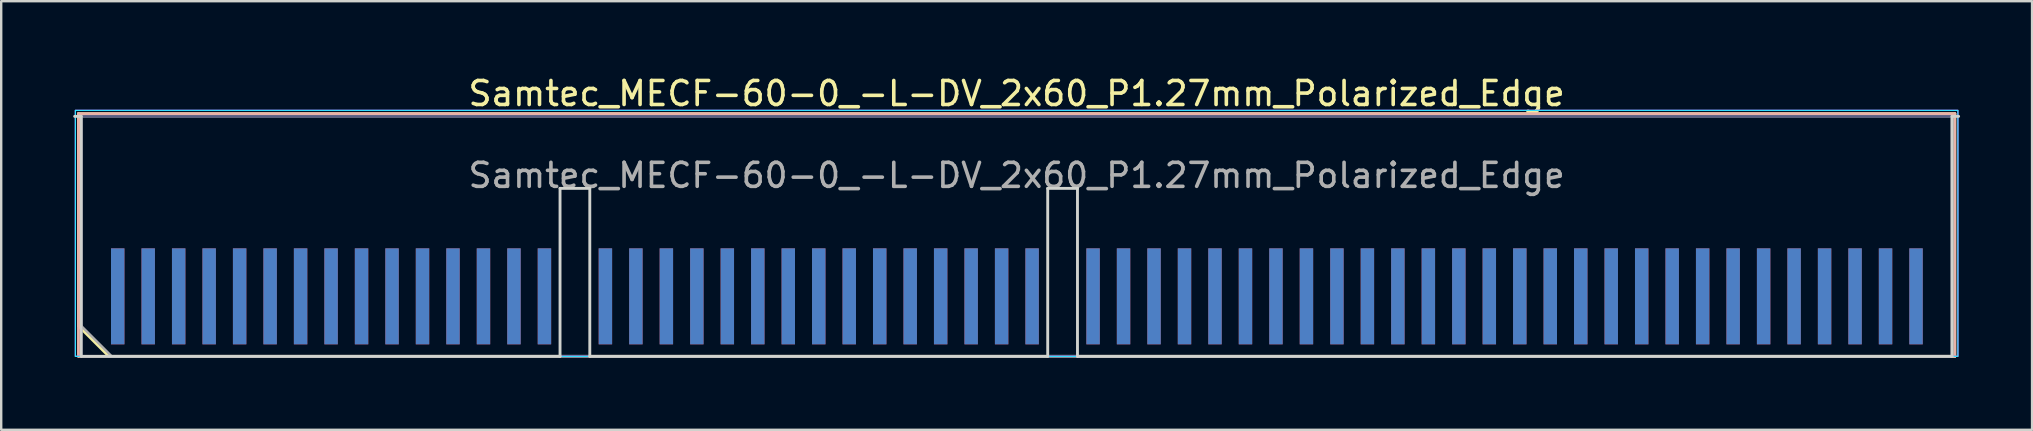
<source format=kicad_pcb>
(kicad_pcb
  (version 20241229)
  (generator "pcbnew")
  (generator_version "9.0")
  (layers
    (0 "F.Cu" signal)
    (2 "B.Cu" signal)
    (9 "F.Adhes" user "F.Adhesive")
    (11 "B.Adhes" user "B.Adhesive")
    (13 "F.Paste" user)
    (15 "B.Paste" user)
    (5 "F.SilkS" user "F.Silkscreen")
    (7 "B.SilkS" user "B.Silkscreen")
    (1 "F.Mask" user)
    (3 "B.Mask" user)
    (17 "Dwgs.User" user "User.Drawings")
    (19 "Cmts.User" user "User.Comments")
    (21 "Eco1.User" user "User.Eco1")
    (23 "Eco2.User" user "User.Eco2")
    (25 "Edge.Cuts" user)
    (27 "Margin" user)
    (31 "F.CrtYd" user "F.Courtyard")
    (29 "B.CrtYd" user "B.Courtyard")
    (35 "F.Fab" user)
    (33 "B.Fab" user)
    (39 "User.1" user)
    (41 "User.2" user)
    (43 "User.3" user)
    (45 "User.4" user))
  (footprint "Samtec_MECF-60-0_-L-DV_2x60_P1.27mm_Polarized_Edge"
    (layer "F.Cu")
    (at 39.31 6.798)
    (property "Reference" "Samtec_MECF-60-0_-L-DV_2x60_P1.27mm_Polarized_Edge" (at 0 -5.95 0) (layer "F.SilkS") (effects (font (size 1 1) (thickness 0.15))))
    (attr exclude_from_pos_files exclude_from_bom)
    (fp_line (start -39.09 -5.11) (end 39.09 -5.11) (stroke (width 0.12) (type solid)) (layer "F.SilkS"))
    (fp_line (start -39.09 3.73) (end -39.09 -5.11) (stroke (width 0.12) (type solid)) (layer "F.SilkS"))
    (fp_line (start -37.82 5) (end -39.09 3.73) (stroke (width 0.12) (type solid)) (layer "F.SilkS"))
    (fp_line (start -37.82 5) (end 39.09 5) (stroke (width 0.12) (type solid)) (layer "F.SilkS"))
    (fp_line (start 39.09 5) (end 39.09 -5.11) (stroke (width 0.12) (type solid)) (layer "F.SilkS"))
    (fp_line (start -39.09 -5.11) (end 39.09 -5.11) (stroke (width 0.12) (type solid)) (layer "B.SilkS"))
    (fp_line (start -39.09 5) (end -39.09 -5.11) (stroke (width 0.12) (type solid)) (layer "B.SilkS"))
    (fp_line (start -39.09 5) (end 39.09 5) (stroke (width 0.12) (type solid)) (layer "B.SilkS"))
    (fp_line (start 39.09 5) (end 39.09 -5.11) (stroke (width 0.12) (type solid)) (layer "B.SilkS"))
    (fp_line (start -39.25 -5) (end -38.975 -5) (stroke (width 0.12) (type solid)) (layer "Edge.Cuts"))
    (fp_line (start -38.975 5) (end -38.975 -5) (stroke (width 0.12) (type solid)) (layer "Edge.Cuts"))
    (fp_line (start -38.975 5) (end -19.025 5) (stroke (width 0.12) (type solid)) (layer "Edge.Cuts"))
    (fp_line (start -19.025 -2) (end -17.785 -2) (stroke (width 0.12) (type solid)) (layer "Edge.Cuts"))
    (fp_line (start -19.025 5) (end -19.025 -2) (stroke (width 0.12) (type solid)) (layer "Edge.Cuts"))
    (fp_line (start -17.785 5) (end -17.785 -2) (stroke (width 0.12) (type solid)) (layer "Edge.Cuts"))
    (fp_line (start -17.785 5) (end 1.295 5) (stroke (width 0.12) (type solid)) (layer "Edge.Cuts"))
    (fp_line (start 1.295 -2) (end 2.535 -2) (stroke (width 0.12) (type solid)) (layer "Edge.Cuts"))
    (fp_line (start 1.295 5) (end 1.295 -2) (stroke (width 0.12) (type solid)) (layer "Edge.Cuts"))
    (fp_line (start 2.535 5) (end 2.535 -2) (stroke (width 0.12) (type solid)) (layer "Edge.Cuts"))
    (fp_line (start 2.535 5) (end 38.975 5) (stroke (width 0.12) (type solid)) (layer "Edge.Cuts"))
    (fp_line (start 38.975 5) (end 38.975 -5) (stroke (width 0.12) (type solid)) (layer "Edge.Cuts"))
    (fp_line (start 39.25 -5) (end 38.975 -5) (stroke (width 0.12) (type solid)) (layer "Edge.Cuts"))
    (fp_rect (start -39.22 -5.25) (end 39.22 5) (stroke (width 0.05) (type solid)) (fill no) (layer "B.CrtYd"))
    (fp_rect (start -39.22 -5.25) (end 39.22 5) (stroke (width 0.05) (type solid)) (fill no) (layer "F.CrtYd"))
    (fp_line (start -38.975 -5) (end 38.975 -5) (stroke (width 0.1) (type solid)) (layer "B.Fab"))
    (fp_line (start -38.975 5) (end -38.975 -5) (stroke (width 0.1) (type solid)) (layer "B.Fab"))
    (fp_line (start -38.975 5) (end 38.975 5) (stroke (width 0.1) (type solid)) (layer "B.Fab"))
    (fp_line (start 38.975 5) (end 38.975 -5) (stroke (width 0.1) (type solid)) (layer "B.Fab"))
    (fp_line (start -38.975 -5) (end 38.975 -5) (stroke (width 0.1) (type solid)) (layer "F.Fab"))
    (fp_line (start -38.975 3.73) (end -38.975 -5) (stroke (width 0.1) (type solid)) (layer "F.Fab"))
    (fp_line (start -38.975 3.73) (end -37.705 5) (stroke (width 0.1) (type solid)) (layer "F.Fab"))
    (fp_line (start -37.705 5) (end 38.975 5) (stroke (width 0.1) (type solid)) (layer "F.Fab"))
    (fp_line (start 38.975 5) (end 38.975 -5) (stroke (width 0.1) (type solid)) (layer "F.Fab"))
    (fp_text user "${REFERENCE}" (at 0 -2.54 0) (layer "F.Fab") (effects (font (size 1 1) (thickness 0.15))))
    (pad "1" connect rect (at -37.455 2.5) (size 0.56 4) (layers "F.Cu" "F.Mask"))
    (pad "2" connect rect (at -37.455 2.5) (size 0.56 4) (layers "B.Cu" "B.Mask"))
    (pad "3" connect rect (at -36.185 2.5) (size 0.56 4) (layers "F.Cu" "F.Mask"))
    (pad "4" connect rect (at -36.185 2.5) (size 0.56 4) (layers "B.Cu" "B.Mask"))
    (pad "5" connect rect (at -34.915 2.5) (size 0.56 4) (layers "F.Cu" "F.Mask"))
    (pad "6" connect rect (at -34.915 2.5) (size 0.56 4) (layers "B.Cu" "B.Mask"))
    (pad "7" connect rect (at -33.645 2.5) (size 0.56 4) (layers "F.Cu" "F.Mask"))
    (pad "8" connect rect (at -33.645 2.5) (size 0.56 4) (layers "B.Cu" "B.Mask"))
    (pad "9" connect rect (at -32.375 2.5) (size 0.56 4) (layers "F.Cu" "F.Mask"))
    (pad "10" connect rect (at -32.375 2.5) (size 0.56 4) (layers "B.Cu" "B.Mask"))
    (pad "11" connect rect (at -31.105 2.5) (size 0.56 4) (layers "F.Cu" "F.Mask"))
    (pad "12" connect rect (at -31.105 2.5) (size 0.56 4) (layers "B.Cu" "B.Mask"))
    (pad "13" connect rect (at -29.835 2.5) (size 0.56 4) (layers "F.Cu" "F.Mask"))
    (pad "14" connect rect (at -29.835 2.5) (size 0.56 4) (layers "B.Cu" "B.Mask"))
    (pad "15" connect rect (at -28.565 2.5) (size 0.56 4) (layers "F.Cu" "F.Mask"))
    (pad "16" connect rect (at -28.565 2.5) (size 0.56 4) (layers "B.Cu" "B.Mask"))
    (pad "17" connect rect (at -27.295 2.5) (size 0.56 4) (layers "F.Cu" "F.Mask"))
    (pad "18" connect rect (at -27.295 2.5) (size 0.56 4) (layers "B.Cu" "B.Mask"))
    (pad "19" connect rect (at -26.025 2.5) (size 0.56 4) (layers "F.Cu" "F.Mask"))
    (pad "20" connect rect (at -26.025 2.5) (size 0.56 4) (layers "B.Cu" "B.Mask"))
    (pad "21" connect rect (at -24.755 2.5) (size 0.56 4) (layers "F.Cu" "F.Mask"))
    (pad "22" connect rect (at -24.755 2.5) (size 0.56 4) (layers "B.Cu" "B.Mask"))
    (pad "23" connect rect (at -23.485 2.5) (size 0.56 4) (layers "F.Cu" "F.Mask"))
    (pad "24" connect rect (at -23.485 2.5) (size 0.56 4) (layers "B.Cu" "B.Mask"))
    (pad "25" connect rect (at -22.215 2.5) (size 0.56 4) (layers "F.Cu" "F.Mask"))
    (pad "26" connect rect (at -22.215 2.5) (size 0.56 4) (layers "B.Cu" "B.Mask"))
    (pad "27" connect rect (at -20.945 2.5) (size 0.56 4) (layers "F.Cu" "F.Mask"))
    (pad "28" connect rect (at -20.945 2.5) (size 0.56 4) (layers "B.Cu" "B.Mask"))
    (pad "29" connect rect (at -19.675 2.5) (size 0.56 4) (layers "F.Cu" "F.Mask"))
    (pad "30" connect rect (at -19.675 2.5) (size 0.56 4) (layers "B.Cu" "B.Mask"))
    (pad "33" connect rect (at -17.135 2.5) (size 0.56 4) (layers "F.Cu" "F.Mask"))
    (pad "34" connect rect (at -17.135 2.5) (size 0.56 4) (layers "B.Cu" "B.Mask"))
    (pad "35" connect rect (at -15.865 2.5) (size 0.56 4) (layers "F.Cu" "F.Mask"))
    (pad "36" connect rect (at -15.865 2.5) (size 0.56 4) (layers "B.Cu" "B.Mask"))
    (pad "37" connect rect (at -14.595 2.5) (size 0.56 4) (layers "F.Cu" "F.Mask"))
    (pad "38" connect rect (at -14.595 2.5) (size 0.56 4) (layers "B.Cu" "B.Mask"))
    (pad "39" connect rect (at -13.325 2.5) (size 0.56 4) (layers "F.Cu" "F.Mask"))
    (pad "40" connect rect (at -13.325 2.5) (size 0.56 4) (layers "B.Cu" "B.Mask"))
    (pad "41" connect rect (at -12.055 2.5) (size 0.56 4) (layers "F.Cu" "F.Mask"))
    (pad "42" connect rect (at -12.055 2.5) (size 0.56 4) (layers "B.Cu" "B.Mask"))
    (pad "43" connect rect (at -10.785 2.5) (size 0.56 4) (layers "F.Cu" "F.Mask"))
    (pad "44" connect rect (at -10.785 2.5) (size 0.56 4) (layers "B.Cu" "B.Mask"))
    (pad "45" connect rect (at -9.515 2.5) (size 0.56 4) (layers "F.Cu" "F.Mask"))
    (pad "46" connect rect (at -9.515 2.5) (size 0.56 4) (layers "B.Cu" "B.Mask"))
    (pad "47" connect rect (at -8.245 2.5) (size 0.56 4) (layers "F.Cu" "F.Mask"))
    (pad "48" connect rect (at -8.245 2.5) (size 0.56 4) (layers "B.Cu" "B.Mask"))
    (pad "49" connect rect (at -6.975 2.5) (size 0.56 4) (layers "F.Cu" "F.Mask"))
    (pad "50" connect rect (at -6.975 2.5) (size 0.56 4) (layers "B.Cu" "B.Mask"))
    (pad "51" connect rect (at -5.705 2.5) (size 0.56 4) (layers "F.Cu" "F.Mask"))
    (pad "52" connect rect (at -5.705 2.5) (size 0.56 4) (layers "B.Cu" "B.Mask"))
    (pad "53" connect rect (at -4.435 2.5) (size 0.56 4) (layers "F.Cu" "F.Mask"))
    (pad "54" connect rect (at -4.435 2.5) (size 0.56 4) (layers "B.Cu" "B.Mask"))
    (pad "55" connect rect (at -3.165 2.5) (size 0.56 4) (layers "F.Cu" "F.Mask"))
    (pad "56" connect rect (at -3.165 2.5) (size 0.56 4) (layers "B.Cu" "B.Mask"))
    (pad "57" connect rect (at -1.895 2.5) (size 0.56 4) (layers "F.Cu" "F.Mask"))
    (pad "58" connect rect (at -1.895 2.5) (size 0.56 4) (layers "B.Cu" "B.Mask"))
    (pad "59" connect rect (at -0.625 2.5) (size 0.56 4) (layers "F.Cu" "F.Mask"))
    (pad "60" connect rect (at -0.625 2.5) (size 0.56 4) (layers "B.Cu" "B.Mask"))
    (pad "61" connect rect (at 0.645 2.5) (size 0.56 4) (layers "F.Cu" "F.Mask"))
    (pad "62" connect rect (at 0.645 2.5) (size 0.56 4) (layers "B.Cu" "B.Mask"))
    (pad "65" connect rect (at 3.185 2.5) (size 0.56 4) (layers "F.Cu" "F.Mask"))
    (pad "66" connect rect (at 3.185 2.5) (size 0.56 4) (layers "B.Cu" "B.Mask"))
    (pad "67" connect rect (at 4.455 2.5) (size 0.56 4) (layers "F.Cu" "F.Mask"))
    (pad "68" connect rect (at 4.455 2.5) (size 0.56 4) (layers "B.Cu" "B.Mask"))
    (pad "69" connect rect (at 5.725 2.5) (size 0.56 4) (layers "F.Cu" "F.Mask"))
    (pad "70" connect rect (at 5.725 2.5) (size 0.56 4) (layers "B.Cu" "B.Mask"))
    (pad "71" connect rect (at 6.995 2.5) (size 0.56 4) (layers "F.Cu" "F.Mask"))
    (pad "72" connect rect (at 6.995 2.5) (size 0.56 4) (layers "B.Cu" "B.Mask"))
    (pad "73" connect rect (at 8.265 2.5) (size 0.56 4) (layers "F.Cu" "F.Mask"))
    (pad "74" connect rect (at 8.265 2.5) (size 0.56 4) (layers "B.Cu" "B.Mask"))
    (pad "75" connect rect (at 9.535 2.5) (size 0.56 4) (layers "F.Cu" "F.Mask"))
    (pad "76" connect rect (at 9.535 2.5) (size 0.56 4) (layers "B.Cu" "B.Mask"))
    (pad "77" connect rect (at 10.805 2.5) (size 0.56 4) (layers "F.Cu" "F.Mask"))
    (pad "78" connect rect (at 10.805 2.5) (size 0.56 4) (layers "B.Cu" "B.Mask"))
    (pad "79" connect rect (at 12.075 2.5) (size 0.56 4) (layers "F.Cu" "F.Mask"))
    (pad "80" connect rect (at 12.075 2.5) (size 0.56 4) (layers "B.Cu" "B.Mask"))
    (pad "81" connect rect (at 13.345 2.5) (size 0.56 4) (layers "F.Cu" "F.Mask"))
    (pad "82" connect rect (at 13.345 2.5) (size 0.56 4) (layers "B.Cu" "B.Mask"))
    (pad "83" connect rect (at 14.615 2.5) (size 0.56 4) (layers "F.Cu" "F.Mask"))
    (pad "84" connect rect (at 14.615 2.5) (size 0.56 4) (layers "B.Cu" "B.Mask"))
    (pad "85" connect rect (at 15.885 2.5) (size 0.56 4) (layers "F.Cu" "F.Mask"))
    (pad "86" connect rect (at 15.885 2.5) (size 0.56 4) (layers "B.Cu" "B.Mask"))
    (pad "87" connect rect (at 17.155 2.5) (size 0.56 4) (layers "F.Cu" "F.Mask"))
    (pad "88" connect rect (at 17.155 2.5) (size 0.56 4) (layers "B.Cu" "B.Mask"))
    (pad "89" connect rect (at 18.425 2.5) (size 0.56 4) (layers "F.Cu" "F.Mask"))
    (pad "90" connect rect (at 18.425 2.5) (size 0.56 4) (layers "B.Cu" "B.Mask"))
    (pad "91" connect rect (at 19.695 2.5) (size 0.56 4) (layers "F.Cu" "F.Mask"))
    (pad "92" connect rect (at 19.695 2.5) (size 0.56 4) (layers "B.Cu" "B.Mask"))
    (pad "93" connect rect (at 20.965 2.5) (size 0.56 4) (layers "F.Cu" "F.Mask"))
    (pad "94" connect rect (at 20.965 2.5) (size 0.56 4) (layers "B.Cu" "B.Mask"))
    (pad "95" connect rect (at 22.235 2.5) (size 0.56 4) (layers "F.Cu" "F.Mask"))
    (pad "96" connect rect (at 22.235 2.5) (size 0.56 4) (layers "B.Cu" "B.Mask"))
    (pad "97" connect rect (at 23.505 2.5) (size 0.56 4) (layers "F.Cu" "F.Mask"))
    (pad "98" connect rect (at 23.505 2.5) (size 0.56 4) (layers "B.Cu" "B.Mask"))
    (pad "99" connect rect (at 24.775 2.5) (size 0.56 4) (layers "F.Cu" "F.Mask"))
    (pad "100" connect rect (at 24.775 2.5) (size 0.56 4) (layers "B.Cu" "B.Mask"))
    (pad "101" connect rect (at 26.045 2.5) (size 0.56 4) (layers "F.Cu" "F.Mask"))
    (pad "102" connect rect (at 26.045 2.5) (size 0.56 4) (layers "B.Cu" "B.Mask"))
    (pad "103" connect rect (at 27.315 2.5) (size 0.56 4) (layers "F.Cu" "F.Mask"))
    (pad "104" connect rect (at 27.315 2.5) (size 0.56 4) (layers "B.Cu" "B.Mask"))
    (pad "105" connect rect (at 28.585 2.5) (size 0.56 4) (layers "F.Cu" "F.Mask"))
    (pad "106" connect rect (at 28.585 2.5) (size 0.56 4) (layers "B.Cu" "B.Mask"))
    (pad "107" connect rect (at 29.855 2.5) (size 0.56 4) (layers "F.Cu" "F.Mask"))
    (pad "108" connect rect (at 29.855 2.5) (size 0.56 4) (layers "B.Cu" "B.Mask"))
    (pad "109" connect rect (at 31.125 2.5) (size 0.56 4) (layers "F.Cu" "F.Mask"))
    (pad "110" connect rect (at 31.125 2.5) (size 0.56 4) (layers "B.Cu" "B.Mask"))
    (pad "111" connect rect (at 32.395 2.5) (size 0.56 4) (layers "F.Cu" "F.Mask"))
    (pad "112" connect rect (at 32.395 2.5) (size 0.56 4) (layers "B.Cu" "B.Mask"))
    (pad "113" connect rect (at 33.665 2.5) (size 0.56 4) (layers "F.Cu" "F.Mask"))
    (pad "114" connect rect (at 33.665 2.5) (size 0.56 4) (layers "B.Cu" "B.Mask"))
    (pad "115" connect rect (at 34.935 2.5) (size 0.56 4) (layers "F.Cu" "F.Mask"))
    (pad "116" connect rect (at 34.935 2.5) (size 0.56 4) (layers "B.Cu" "B.Mask"))
    (pad "117" connect rect (at 36.205 2.5) (size 0.56 4) (layers "F.Cu" "F.Mask"))
    (pad "118" connect rect (at 36.205 2.5) (size 0.56 4) (layers "B.Cu" "B.Mask"))
    (pad "119" connect rect (at 37.475 2.5) (size 0.56 4) (layers "F.Cu" "F.Mask"))
    (pad "120" connect rect (at 37.475 2.5) (size 0.56 4) (layers "B.Cu" "B.Mask")))
  (gr_rect
    (start -3 -3)
    (end 81.62 14.858)
    (stroke (width 0.1) (type default))
    (fill no)
    (layer "Edge.Cuts")))
</source>
